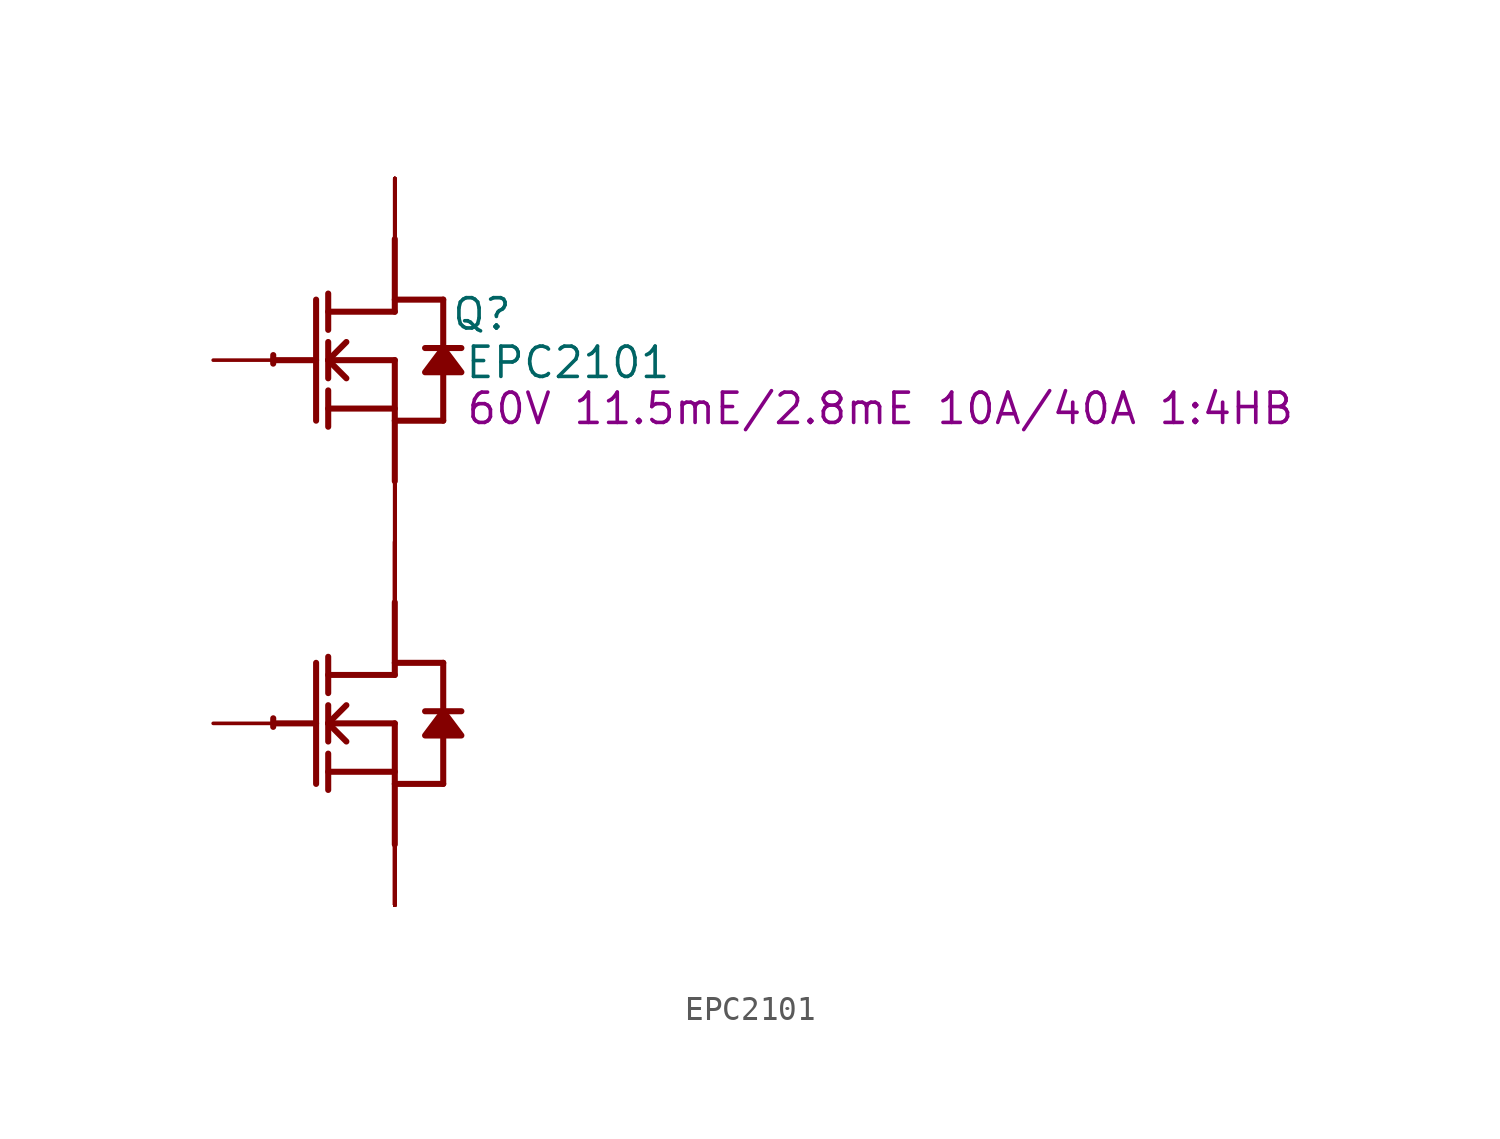
<source format=kicad_sym>
(kicad_symbol_lib
  (version 20241209)
  (generator "kicad_symbol_editor")
  (generator_version "9.0")
  (symbol "EPC2101"
    (property "Reference" "Q"
      (at 3.658 1.93 0)
      (effects (font (size 1.27 1.27))))
    (property "Value" "EPC2101"
      (at 7.264 -0.102 0)
      (effects (font (size 1.27 1.27))))
    (property "Description" "60V 11.5mE/2.8mE 10A/40A 1:4HB"
      (at 20.371 -2.032 0)
      (effects (font (size 1.27 1.27))))
    (symbol "EPC2101_1_0"
      (polyline (pts (xy -5.08 0) (xy -3.302 0)) (stroke (width 0.254) (type solid)) (fill (type none)))
      (polyline (pts (xy -5.08 -15.24) (xy -3.302 -15.24)) (stroke (width 0.254) (type solid)) (fill (type none)))
      (polyline (pts (xy -3.302 2.54) (xy -3.302 -2.54)) (stroke (width 0.254) (type solid)) (fill (type none)))
      (polyline (pts (xy -3.302 -12.7) (xy -3.302 -17.78)) (stroke (width 0.254) (type solid)) (fill (type none)))
      (polyline (pts (xy -2.794 1.27) (xy -2.794 2.794)) (stroke (width 0.254) (type solid)) (fill (type none)))
      (polyline (pts (xy -2.794 0) (xy -2.032 0.762)) (stroke (width 0.254) (type solid)) (fill (type none)))
      (polyline (pts (xy -2.794 0) (xy 0 0)) (stroke (width 0.254) (type solid)) (fill (type none)))
      (polyline (pts (xy -2.794 -0.762) (xy -2.794 0.762)) (stroke (width 0.254) (type solid)) (fill (type none)))
      (polyline (pts (xy -2.794 -2.032) (xy 0 -2.032)) (stroke (width 0.254) (type solid)) (fill (type none)))
      (polyline (pts (xy -2.794 -2.794) (xy -2.794 -1.27)) (stroke (width 0.254) (type solid)) (fill (type none)))
      (polyline (pts (xy -2.794 -13.97) (xy -2.794 -12.446)) (stroke (width 0.254) (type solid)) (fill (type none)))
      (polyline (pts (xy -2.794 -15.24) (xy -2.032 -14.478)) (stroke (width 0.254) (type solid)) (fill (type none)))
      (polyline (pts (xy -2.794 -15.24) (xy 0 -15.24)) (stroke (width 0.254) (type solid)) (fill (type none)))
      (polyline (pts (xy -2.794 -16.002) (xy -2.794 -14.478)) (stroke (width 0.254) (type solid)) (fill (type none)))
      (polyline (pts (xy -2.794 -17.272) (xy 0 -17.272)) (stroke (width 0.254) (type solid)) (fill (type none)))
      (polyline (pts (xy -2.794 -18.034) (xy -2.794 -16.51)) (stroke (width 0.254) (type solid)) (fill (type none)))
      (polyline (pts (xy -2.032 -0.762) (xy -2.794 0)) (stroke (width 0.254) (type solid)) (fill (type none)))
      (polyline (pts (xy -2.032 -16.002) (xy -2.794 -15.24)) (stroke (width 0.254) (type solid)) (fill (type none)))
      (polyline (pts (xy 0 2.54) (xy 2.032 2.54)) (stroke (width 0.254) (type solid)) (fill (type none)))
      (polyline (pts (xy 0 2.032) (xy -2.794 2.032)) (stroke (width 0.254) (type solid)) (fill (type none)))
      (polyline (pts (xy 0 2.032) (xy 0 5.08)) (stroke (width 0.254) (type solid)) (fill (type none)))
      (polyline (pts (xy 0 0) (xy 0 -5.08)) (stroke (width 0.254) (type solid)) (fill (type none)))
      (polyline (pts (xy 0 -2.54) (xy 2.032 -2.54)) (stroke (width 0.254) (type solid)) (fill (type none)))
      (polyline (pts (xy 0 -12.7) (xy 2.032 -12.7)) (stroke (width 0.254) (type solid)) (fill (type none)))
      (polyline (pts (xy 0 -13.208) (xy -2.794 -13.208)) (stroke (width 0.254) (type solid)) (fill (type none)))
      (polyline (pts (xy 0 -13.208) (xy 0 -10.16)) (stroke (width 0.254) (type solid)) (fill (type none)))
      (polyline (pts (xy 0 -15.24) (xy 0 -20.32)) (stroke (width 0.254) (type solid)) (fill (type none)))
      (polyline (pts (xy 0 -17.78) (xy 2.032 -17.78)) (stroke (width 0.254) (type solid)) (fill (type none)))
      (arc (start -5.1019 -0.1467) (mid -5.1039 0.0331) (end -5.0996 0.2128) (stroke (width 0.254) (type solid)) (fill (type none)))
      (arc (start -5.1019 -15.3867) (mid -5.1039 -15.2069) (end -5.0996 -15.0272) (stroke (width 0.254) (type solid)) (fill (type none)))
      (polyline (pts (xy 2.032 2.54) (xy 2.032 0.508)) (stroke (width 0.254) (type solid)) (fill (type none)))
      (polyline (pts (xy 2.032 0.508) (xy 1.27 -0.508) (xy 2.794 -0.508) (xy 2.032 0.508)) (stroke (width 0.254) (type solid)) (fill (type outline)))
      (polyline (pts (xy 2.032 -0.508) (xy 2.032 -2.54)) (stroke (width 0.254) (type solid)) (fill (type none)))
      (polyline (pts (xy 2.032 -12.7) (xy 2.032 -14.732)) (stroke (width 0.254) (type solid)) (fill (type none)))
      (polyline (pts (xy 2.032 -14.732) (xy 1.27 -15.748) (xy 2.794 -15.748) (xy 2.032 -14.732)) (stroke (width 0.254) (type solid)) (fill (type outline)))
      (polyline (pts (xy 2.032 -15.748) (xy 2.032 -17.78)) (stroke (width 0.254) (type solid)) (fill (type none)))
      (polyline (pts (xy 2.794 0.508) (xy 1.27 0.508)) (stroke (width 0.254) (type solid)) (fill (type none)))
      (polyline (pts (xy 2.794 -14.732) (xy 1.27 -14.732)) (stroke (width 0.254) (type solid)) (fill (type none)))
      (pin passive line (at -7.62 0 0) (length 2.54) (name "G1" (effects (font (size 0 0)))) (number "2" (effects (font (size 0 0)))))
      (pin passive line (at -7.62 -15.24 0) (length 2.54) (name "G2" (effects (font (size 0 0)))) (number "4" (effects (font (size 0 0)))))
      (pin open_collector line (at 0 7.62 270) (length 2.54) (name "D1" (effects (font (size 0 0)))) (number "1" (effects (font (size 0 0)))))
      (pin open_collector line (at 0 7.62 270) (length 2.54) (name "D1" (effects (font (size 0 0)))) (number "11" (effects (font (size 0 0)))))
      (pin open_collector line (at 0 7.62 270) (length 2.54) (name "D1" (effects (font (size 0 0)))) (number "21" (effects (font (size 0 0)))))
      (pin open_collector line (at 0 7.62 270) (length 2.54) (name "D1" (effects (font (size 0 0)))) (number "31" (effects (font (size 0 0)))))
      (pin open_collector line (at 0 7.62 270) (length 2.54) (name "D1" (effects (font (size 0 0)))) (number "41" (effects (font (size 0 0)))))
      (pin open_collector line (at 0 7.62 270) (length 2.54) (name "D1" (effects (font (size 0 0)))) (number "51" (effects (font (size 0 0)))))
      (pin open_collector line (at 0 7.62 270) (length 2.54) (name "D1" (effects (font (size 0 0)))) (number "61" (effects (font (size 0 0)))))
      (pin open_collector line (at 0 7.62 270) (length 2.54) (name "D1" (effects (font (size 0 0)))) (number "71" (effects (font (size 0 0)))))
      (pin open_collector line (at 0 -7.62 270) (length 2.54) (name "D2" (effects (font (size 0 0)))) (number "10" (effects (font (size 0 0)))))
      (pin open_emitter line (at 0 -7.62 90) (length 2.54) (name "S1" (effects (font (size 0 0)))) (number "16" (effects (font (size 0 0)))))
      (pin open_collector line (at 0 -7.62 270) (length 2.54) (name "D2" (effects (font (size 0 0)))) (number "17" (effects (font (size 0 0)))))
      (pin open_collector line (at 0 -7.62 270) (length 2.54) (name "D2" (effects (font (size 0 0)))) (number "18" (effects (font (size 0 0)))))
      (pin open_collector line (at 0 -7.62 270) (length 2.54) (name "D2" (effects (font (size 0 0)))) (number "19" (effects (font (size 0 0)))))
      (pin open_collector line (at 0 -7.62 270) (length 2.54) (name "D2" (effects (font (size 0 0)))) (number "20" (effects (font (size 0 0)))))
      (pin open_emitter line (at 0 -7.62 90) (length 2.54) (name "S1" (effects (font (size 0 0)))) (number "26" (effects (font (size 0 0)))))
      (pin open_collector line (at 0 -7.62 270) (length 2.54) (name "D2" (effects (font (size 0 0)))) (number "27" (effects (font (size 0 0)))))
      (pin open_collector line (at 0 -7.62 270) (length 2.54) (name "D2" (effects (font (size 0 0)))) (number "28" (effects (font (size 0 0)))))
      (pin open_collector line (at 0 -7.62 270) (length 2.54) (name "D2" (effects (font (size 0 0)))) (number "29" (effects (font (size 0 0)))))
      (pin passive line (at 0 -7.62 90) (length 2.54) (name "SG1" (effects (font (size 0 0)))) (number "3" (effects (font (size 0 0)))))
      (pin open_collector line (at 0 -7.62 270) (length 2.54) (name "D2" (effects (font (size 0 0)))) (number "30" (effects (font (size 0 0)))))
      (pin open_emitter line (at 0 -7.62 90) (length 2.54) (name "S1" (effects (font (size 0 0)))) (number "36" (effects (font (size 0 0)))))
      (pin open_collector line (at 0 -7.62 270) (length 2.54) (name "D2" (effects (font (size 0 0)))) (number "37" (effects (font (size 0 0)))))
      (pin open_collector line (at 0 -7.62 270) (length 2.54) (name "D2" (effects (font (size 0 0)))) (number "38" (effects (font (size 0 0)))))
      (pin open_collector line (at 0 -7.62 270) (length 2.54) (name "D2" (effects (font (size 0 0)))) (number "39" (effects (font (size 0 0)))))
      (pin open_collector line (at 0 -7.62 270) (length 2.54) (name "D2" (effects (font (size 0 0)))) (number "40" (effects (font (size 0 0)))))
      (pin open_emitter line (at 0 -7.62 90) (length 2.54) (name "S1" (effects (font (size 0 0)))) (number "46" (effects (font (size 0 0)))))
      (pin open_collector line (at 0 -7.62 270) (length 2.54) (name "D2" (effects (font (size 0 0)))) (number "47" (effects (font (size 0 0)))))
      (pin open_collector line (at 0 -7.62 270) (length 2.54) (name "D2" (effects (font (size 0 0)))) (number "48" (effects (font (size 0 0)))))
      (pin open_collector line (at 0 -7.62 270) (length 2.54) (name "D2" (effects (font (size 0 0)))) (number "49" (effects (font (size 0 0)))))
      (pin open_collector line (at 0 -7.62 270) (length 2.54) (name "D2" (effects (font (size 0 0)))) (number "50" (effects (font (size 0 0)))))
      (pin open_emitter line (at 0 -7.62 90) (length 2.54) (name "S1" (effects (font (size 0 0)))) (number "56" (effects (font (size 0 0)))))
      (pin open_collector line (at 0 -7.62 270) (length 2.54) (name "D2" (effects (font (size 0 0)))) (number "57" (effects (font (size 0 0)))))
      (pin open_collector line (at 0 -7.62 270) (length 2.54) (name "D2" (effects (font (size 0 0)))) (number "58" (effects (font (size 0 0)))))
      (pin open_collector line (at 0 -7.62 270) (length 2.54) (name "D2" (effects (font (size 0 0)))) (number "59" (effects (font (size 0 0)))))
      (pin open_emitter line (at 0 -7.62 90) (length 2.54) (name "S1" (effects (font (size 0 0)))) (number "6" (effects (font (size 0 0)))))
      (pin open_collector line (at 0 -7.62 270) (length 2.54) (name "D2" (effects (font (size 0 0)))) (number "60" (effects (font (size 0 0)))))
      (pin open_emitter line (at 0 -7.62 90) (length 2.54) (name "S1" (effects (font (size 0 0)))) (number "66" (effects (font (size 0 0)))))
      (pin open_collector line (at 0 -7.62 270) (length 2.54) (name "D2" (effects (font (size 0 0)))) (number "67" (effects (font (size 0 0)))))
      (pin open_collector line (at 0 -7.62 270) (length 2.54) (name "D2" (effects (font (size 0 0)))) (number "68" (effects (font (size 0 0)))))
      (pin open_collector line (at 0 -7.62 270) (length 2.54) (name "D2" (effects (font (size 0 0)))) (number "69" (effects (font (size 0 0)))))
      (pin open_collector line (at 0 -7.62 270) (length 2.54) (name "D2" (effects (font (size 0 0)))) (number "7" (effects (font (size 0 0)))))
      (pin open_collector line (at 0 -7.62 270) (length 2.54) (name "D2" (effects (font (size 0 0)))) (number "70" (effects (font (size 0 0)))))
      (pin open_collector line (at 0 -7.62 270) (length 2.54) (name "D2" (effects (font (size 0 0)))) (number "8" (effects (font (size 0 0)))))
      (pin open_collector line (at 0 -7.62 270) (length 2.54) (name "D2" (effects (font (size 0 0)))) (number "9" (effects (font (size 0 0)))))
      (pin open_emitter line (at 0 -22.86 90) (length 2.54) (name "S2" (effects (font (size 0 0)))) (number "12" (effects (font (size 0 0)))))
      (pin open_emitter line (at 0 -22.86 90) (length 2.54) (name "S2" (effects (font (size 0 0)))) (number "13" (effects (font (size 0 0)))))
      (pin open_emitter line (at 0 -22.86 90) (length 2.54) (name "S2" (effects (font (size 0 0)))) (number "14" (effects (font (size 0 0)))))
      (pin open_emitter line (at 0 -22.86 90) (length 2.54) (name "S2" (effects (font (size 0 0)))) (number "15" (effects (font (size 0 0)))))
      (pin open_emitter line (at 0 -22.86 90) (length 2.54) (name "S2" (effects (font (size 0 0)))) (number "22" (effects (font (size 0 0)))))
      (pin open_emitter line (at 0 -22.86 90) (length 2.54) (name "S2" (effects (font (size 0 0)))) (number "23" (effects (font (size 0 0)))))
      (pin open_emitter line (at 0 -22.86 90) (length 2.54) (name "S2" (effects (font (size 0 0)))) (number "24" (effects (font (size 0 0)))))
      (pin open_emitter line (at 0 -22.86 90) (length 2.54) (name "S2" (effects (font (size 0 0)))) (number "25" (effects (font (size 0 0)))))
      (pin open_emitter line (at 0 -22.86 90) (length 2.54) (name "S2" (effects (font (size 0 0)))) (number "32" (effects (font (size 0 0)))))
      (pin open_emitter line (at 0 -22.86 90) (length 2.54) (name "S2" (effects (font (size 0 0)))) (number "33" (effects (font (size 0 0)))))
      (pin open_emitter line (at 0 -22.86 90) (length 2.54) (name "S2" (effects (font (size 0 0)))) (number "34" (effects (font (size 0 0)))))
      (pin open_emitter line (at 0 -22.86 90) (length 2.54) (name "S2" (effects (font (size 0 0)))) (number "35" (effects (font (size 0 0)))))
      (pin open_emitter line (at 0 -22.86 90) (length 2.54) (name "S2" (effects (font (size 0 0)))) (number "42" (effects (font (size 0 0)))))
      (pin open_emitter line (at 0 -22.86 90) (length 2.54) (name "S2" (effects (font (size 0 0)))) (number "43" (effects (font (size 0 0)))))
      (pin open_emitter line (at 0 -22.86 90) (length 2.54) (name "S2" (effects (font (size 0 0)))) (number "44" (effects (font (size 0 0)))))
      (pin open_emitter line (at 0 -22.86 90) (length 2.54) (name "S2" (effects (font (size 0 0)))) (number "45" (effects (font (size 0 0)))))
      (pin open_emitter line (at 0 -22.86 90) (length 2.54) (name "S2" (effects (font (size 0 0)))) (number "5" (effects (font (size 0 0)))))
      (pin open_emitter line (at 0 -22.86 90) (length 2.54) (name "S2" (effects (font (size 0 0)))) (number "52" (effects (font (size 0 0)))))
      (pin open_emitter line (at 0 -22.86 90) (length 2.54) (name "S2" (effects (font (size 0 0)))) (number "53" (effects (font (size 0 0)))))
      (pin open_emitter line (at 0 -22.86 90) (length 2.54) (name "S2" (effects (font (size 0 0)))) (number "54" (effects (font (size 0 0)))))
      (pin open_emitter line (at 0 -22.86 90) (length 2.54) (name "S2" (effects (font (size 0 0)))) (number "55" (effects (font (size 0 0)))))
      (pin open_emitter line (at 0 -22.86 90) (length 2.54) (name "S2" (effects (font (size 0 0)))) (number "62" (effects (font (size 0 0)))))
      (pin open_emitter line (at 0 -22.86 90) (length 2.54) (name "S2" (effects (font (size 0 0)))) (number "63" (effects (font (size 0 0)))))
      (pin open_emitter line (at 0 -22.86 90) (length 2.54) (name "S2" (effects (font (size 0 0)))) (number "64" (effects (font (size 0 0)))))
      (pin open_emitter line (at 0 -22.86 90) (length 2.54) (name "S2" (effects (font (size 0 0)))) (number "65" (effects (font (size 0 0)))))
      (pin open_emitter line (at 0 -22.86 90) (length 2.54) (name "S2" (effects (font (size 0 0)))) (number "72" (effects (font (size 0 0)))))
      (pin open_emitter line (at 0 -22.86 90) (length 2.54) (name "S2" (effects (font (size 0 0)))) (number "73" (effects (font (size 0 0)))))
      (pin open_emitter line (at 0 -22.86 90) (length 2.54) (name "S2" (effects (font (size 0 0)))) (number "74" (effects (font (size 0 0)))))
      (pin open_emitter line (at 0 -22.86 90) (length 2.54) (name "S2" (effects (font (size 0 0)))) (number "75" (effects (font (size 0 0))))))))
</source>
